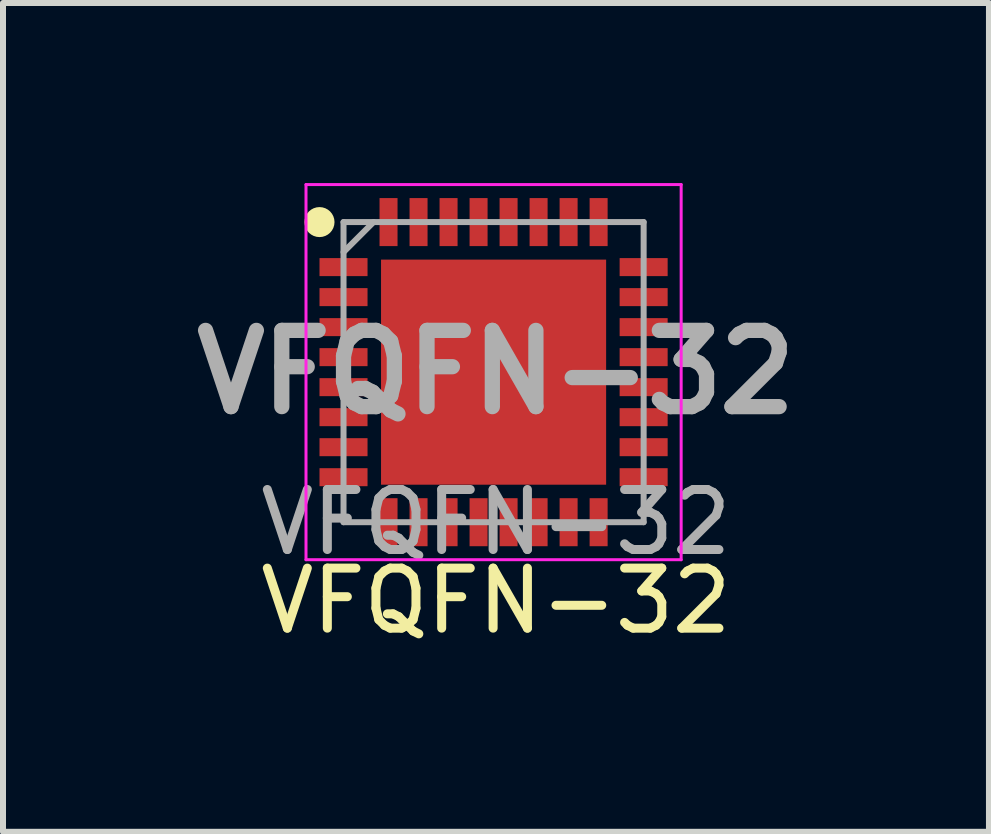
<source format=kicad_pcb>
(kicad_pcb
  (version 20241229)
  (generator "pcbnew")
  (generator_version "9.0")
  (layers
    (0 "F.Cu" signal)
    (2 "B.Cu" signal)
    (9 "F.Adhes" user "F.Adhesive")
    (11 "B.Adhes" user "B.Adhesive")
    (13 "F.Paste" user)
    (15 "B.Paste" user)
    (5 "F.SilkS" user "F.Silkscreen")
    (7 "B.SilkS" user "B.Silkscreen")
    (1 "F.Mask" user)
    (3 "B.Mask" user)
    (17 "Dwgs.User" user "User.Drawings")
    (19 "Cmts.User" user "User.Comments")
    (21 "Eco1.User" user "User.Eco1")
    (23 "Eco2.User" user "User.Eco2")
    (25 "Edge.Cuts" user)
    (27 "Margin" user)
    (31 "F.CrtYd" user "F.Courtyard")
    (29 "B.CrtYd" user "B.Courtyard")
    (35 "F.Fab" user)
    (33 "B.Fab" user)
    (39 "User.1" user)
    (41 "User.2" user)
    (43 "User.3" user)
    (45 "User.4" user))
  (footprint "VFQFN-32"
    (layer "F.Cu")
    (at 5.213 3.15)
    (property "Reference" "VFQFN-32" (at 0 3.81 0) (unlocked yes) (layer "F.SilkS") (effects (font (size 1 1) (thickness 0.15))))
    (attr smd)
    (fp_circle (center -2.94 -2.5) (end -2.94 -2.375) (stroke (width 0.25) (type solid)) (fill no) (layer "F.SilkS"))
    (fp_line (start -3.165 -3.125) (end 3.085 -3.125) (stroke (width 0.05) (type solid)) (layer "F.CrtYd"))
    (fp_line (start -3.165 3.125) (end -3.165 -3.125) (stroke (width 0.05) (type solid)) (layer "F.CrtYd"))
    (fp_line (start 3.085 -3.125) (end 3.085 3.125) (stroke (width 0.05) (type solid)) (layer "F.CrtYd"))
    (fp_line (start 3.085 3.125) (end -3.165 3.125) (stroke (width 0.05) (type solid)) (layer "F.CrtYd"))
    (fp_line (start -2.54 -2.5) (end 2.46 -2.5) (stroke (width 0.1) (type solid)) (layer "F.Fab"))
    (fp_line (start -2.54 -2) (end -2.04 -2.5) (stroke (width 0.1) (type solid)) (layer "F.Fab"))
    (fp_line (start -2.54 2.5) (end -2.54 -2.5) (stroke (width 0.1) (type solid)) (layer "F.Fab"))
    (fp_line (start 2.46 -2.5) (end 2.46 2.5) (stroke (width 0.1) (type solid)) (layer "F.Fab"))
    (fp_line (start 2.46 2.5) (end -2.54 2.5) (stroke (width 0.1) (type solid)) (layer "F.Fab"))
    (fp_text user "${REFERENCE}" (at 0 2.5 0) (unlocked yes) (layer "F.Fab") (effects (font (size 1 1) (thickness 0.15))))
    (fp_text user "${REFERENCE}" (at 0 0 0) (layer "F.Fab") (effects (font (size 1.27 1.27) (thickness 0.254))))
    (pad "1" smd rect (at -2.54 -1.75 90) (size 0.3 0.8) (layers "F.Cu" "F.Mask" "F.Paste"))
    (pad "2" smd rect (at -2.54 -1.25 90) (size 0.3 0.8) (layers "F.Cu" "F.Mask" "F.Paste"))
    (pad "3" smd rect (at -2.54 -0.75 90) (size 0.3 0.8) (layers "F.Cu" "F.Mask" "F.Paste"))
    (pad "4" smd rect (at -2.54 -0.25 90) (size 0.3 0.8) (layers "F.Cu" "F.Mask" "F.Paste"))
    (pad "5" smd rect (at -2.54 0.25 90) (size 0.3 0.8) (layers "F.Cu" "F.Mask" "F.Paste"))
    (pad "6" smd rect (at -2.54 0.75 90) (size 0.3 0.8) (layers "F.Cu" "F.Mask" "F.Paste"))
    (pad "7" smd rect (at -2.54 1.25 90) (size 0.3 0.8) (layers "F.Cu" "F.Mask" "F.Paste"))
    (pad "8" smd rect (at -2.54 1.75 90) (size 0.3 0.8) (layers "F.Cu" "F.Mask" "F.Paste"))
    (pad "9" smd rect (at -1.79 2.5) (size 0.3 0.8) (layers "F.Cu" "F.Mask" "F.Paste"))
    (pad "10" smd rect (at -1.29 2.5) (size 0.3 0.8) (layers "F.Cu" "F.Mask" "F.Paste"))
    (pad "11" smd rect (at -0.79 2.5) (size 0.3 0.8) (layers "F.Cu" "F.Mask" "F.Paste"))
    (pad "12" smd rect (at -0.29 2.5) (size 0.3 0.8) (layers "F.Cu" "F.Mask" "F.Paste"))
    (pad "13" smd rect (at 0.21 2.5) (size 0.3 0.8) (layers "F.Cu" "F.Mask" "F.Paste"))
    (pad "14" smd rect (at 0.71 2.5) (size 0.3 0.8) (layers "F.Cu" "F.Mask" "F.Paste"))
    (pad "15" smd rect (at 1.21 2.5) (size 0.3 0.8) (layers "F.Cu" "F.Mask" "F.Paste"))
    (pad "16" smd rect (at 1.71 2.5) (size 0.3 0.8) (layers "F.Cu" "F.Mask" "F.Paste"))
    (pad "17" smd rect (at 2.46 1.75 90) (size 0.3 0.8) (layers "F.Cu" "F.Mask" "F.Paste"))
    (pad "18" smd rect (at 2.46 1.25 90) (size 0.3 0.8) (layers "F.Cu" "F.Mask" "F.Paste"))
    (pad "19" smd rect (at 2.46 0.75 90) (size 0.3 0.8) (layers "F.Cu" "F.Mask" "F.Paste"))
    (pad "20" smd rect (at 2.46 0.25 90) (size 0.3 0.8) (layers "F.Cu" "F.Mask" "F.Paste"))
    (pad "21" smd rect (at 2.46 -0.25 90) (size 0.3 0.8) (layers "F.Cu" "F.Mask" "F.Paste"))
    (pad "22" smd rect (at 2.46 -0.75 90) (size 0.3 0.8) (layers "F.Cu" "F.Mask" "F.Paste"))
    (pad "23" smd rect (at 2.46 -1.25 90) (size 0.3 0.8) (layers "F.Cu" "F.Mask" "F.Paste"))
    (pad "24" smd rect (at 2.46 -1.75 90) (size 0.3 0.8) (layers "F.Cu" "F.Mask" "F.Paste"))
    (pad "25" smd rect (at 1.71 -2.5) (size 0.3 0.8) (layers "F.Cu" "F.Mask" "F.Paste"))
    (pad "26" smd rect (at 1.21 -2.5) (size 0.3 0.8) (layers "F.Cu" "F.Mask" "F.Paste"))
    (pad "27" smd rect (at 0.71 -2.5) (size 0.3 0.8) (layers "F.Cu" "F.Mask" "F.Paste"))
    (pad "28" smd rect (at 0.21 -2.5) (size 0.3 0.8) (layers "F.Cu" "F.Mask" "F.Paste"))
    (pad "29" smd rect (at -0.29 -2.5) (size 0.3 0.8) (layers "F.Cu" "F.Mask" "F.Paste"))
    (pad "30" smd rect (at -0.79 -2.5) (size 0.3 0.8) (layers "F.Cu" "F.Mask" "F.Paste"))
    (pad "31" smd rect (at -1.29 -2.5) (size 0.3 0.8) (layers "F.Cu" "F.Mask" "F.Paste"))
    (pad "32" smd rect (at -1.79 -2.5) (size 0.3 0.8) (layers "F.Cu" "F.Mask" "F.Paste"))
    (pad "33" smd rect (at -0.04 0) (size 3.75 3.75) (layers "F.Cu" "F.Mask" "F.Paste")))
  (gr_rect
    (start -3 -3)
    (end 13.426 10.808)
    (stroke (width 0.1) (type default))
    (fill no)
    (layer "Edge.Cuts")))
</source>
